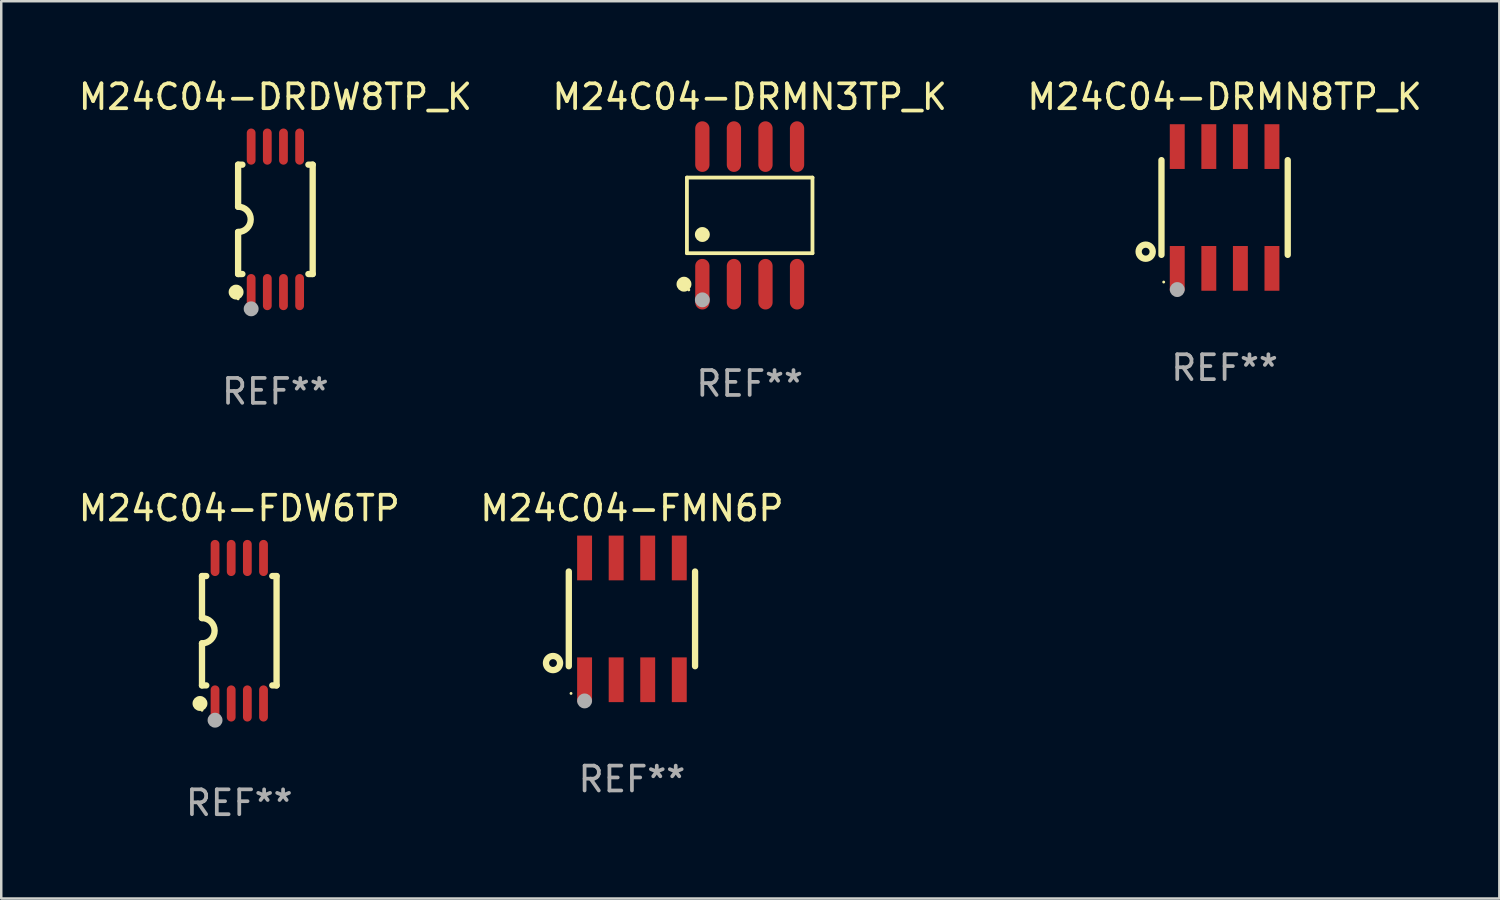
<source format=kicad_pcb>
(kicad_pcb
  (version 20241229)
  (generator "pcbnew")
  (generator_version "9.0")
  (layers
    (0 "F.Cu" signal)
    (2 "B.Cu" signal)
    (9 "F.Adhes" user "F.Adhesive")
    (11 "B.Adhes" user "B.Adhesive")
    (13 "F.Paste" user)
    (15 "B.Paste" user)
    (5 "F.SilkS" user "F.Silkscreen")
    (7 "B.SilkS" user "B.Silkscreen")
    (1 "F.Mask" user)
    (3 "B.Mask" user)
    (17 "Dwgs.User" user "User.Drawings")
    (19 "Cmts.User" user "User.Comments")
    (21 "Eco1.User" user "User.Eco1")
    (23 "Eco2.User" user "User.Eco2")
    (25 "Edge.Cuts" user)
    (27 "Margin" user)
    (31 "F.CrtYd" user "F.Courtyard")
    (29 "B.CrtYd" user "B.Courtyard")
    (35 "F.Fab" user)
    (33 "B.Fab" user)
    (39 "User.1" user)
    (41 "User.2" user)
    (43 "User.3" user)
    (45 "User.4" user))
  (footprint "M24C04-FDW6TP"
    (layer "F.Cu")
    (at 6.577 22.326)
    (property "Reference" "M24C04-FDW6TP" (at 0 -4.927 0) (layer "F.SilkS") (effects (font (size 1 1) (thickness 0.15))))
    (attr through_hole)
    (fp_line (start -1.5 -2.2) (end -1.5 -0.508) (stroke (width 0.254) (type solid)) (layer "F.SilkS"))
    (fp_line (start -1.5 -2.2) (end -1.328 -2.2) (stroke (width 0.254) (type solid)) (layer "F.SilkS"))
    (fp_line (start -1.5 2.2) (end -1.5 0.508) (stroke (width 0.254) (type solid)) (layer "F.SilkS"))
    (fp_line (start -1.5 2.2) (end -1.328 2.2) (stroke (width 0.254) (type solid)) (layer "F.SilkS"))
    (fp_line (start 1.328 -2.2) (end 1.5 -2.2) (stroke (width 0.254) (type solid)) (layer "F.SilkS"))
    (fp_line (start 1.328 2.2) (end 1.5 2.2) (stroke (width 0.254) (type solid)) (layer "F.SilkS"))
    (fp_line (start 1.5 -2.2) (end 1.5 2.2) (stroke (width 0.254) (type solid)) (layer "F.SilkS"))
    (fp_arc (start -1.501144 -0.508) (mid -0.993143 -0.000571) (end -1.5 0.508001) (stroke (width 0.254001) (type solid)) (layer "F.SilkS"))
    (fp_circle (center -1.581 2.927) (end -1.431 2.927) (stroke (width 0.3) (type solid)) (fill no) (layer "F.SilkS"))
    (fp_circle (center -1.5 3.2) (end -1.47 3.2) (stroke (width 0.06) (type solid)) (fill no) (layer "F.SilkS"))
    (fp_circle (center -0.975 3.6) (end -0.825 3.6) (stroke (width 0.3) (type solid)) (fill no) (layer "F.Fab"))
    (fp_text user "REF**" (at 0 6.927 0) (layer "F.Fab") (effects (font (size 1 1) (thickness 0.15))))
    (pad "1" smd oval (at -0.975 2.927) (size 0.353 1.454) (layers "F.Cu" "F.Mask" "F.Paste"))
    (pad "2" smd oval (at -0.325 2.927) (size 0.353 1.454) (layers "F.Cu" "F.Mask" "F.Paste"))
    (pad "3" smd oval (at 0.325 2.927) (size 0.353 1.454) (layers "F.Cu" "F.Mask" "F.Paste"))
    (pad "4" smd oval (at 0.975 2.927) (size 0.353 1.454) (layers "F.Cu" "F.Mask" "F.Paste"))
    (pad "5" smd oval (at 0.975 -2.927) (size 0.353 1.454) (layers "F.Cu" "F.Mask" "F.Paste"))
    (pad "6" smd oval (at 0.325 -2.927) (size 0.353 1.454) (layers "F.Cu" "F.Mask" "F.Paste"))
    (pad "7" smd oval (at -0.325 -2.927) (size 0.353 1.454) (layers "F.Cu" "F.Mask" "F.Paste"))
    (pad "8" smd oval (at -0.975 -2.927) (size 0.353 1.454) (layers "F.Cu" "F.Mask" "F.Paste")))
  (footprint "M24C04-DRMN3TP_K"
    (layer "F.Cu")
    (at 27.113 5.616)
    (property "Reference" "M24C04-DRMN3TP_K" (at 0 -4.768 0) (layer "F.SilkS") (effects (font (size 1 1) (thickness 0.15))))
    (attr through_hole)
    (fp_line (start -2.526 -1.521) (end 2.526 -1.521) (stroke (width 0.152) (type solid)) (layer "F.SilkS"))
    (fp_line (start -2.526 1.521) (end -2.526 -1.521) (stroke (width 0.152) (type solid)) (layer "F.SilkS"))
    (fp_line (start 2.526 -1.521) (end 2.526 1.521) (stroke (width 0.152) (type solid)) (layer "F.SilkS"))
    (fp_line (start 2.526 1.521) (end -2.526 1.521) (stroke (width 0.152) (type solid)) (layer "F.SilkS"))
    (fp_circle (center -2.644 2.768) (end -2.494 2.768) (stroke (width 0.3) (type solid)) (fill no) (layer "F.SilkS"))
    (fp_circle (center -2.45 2.998) (end -2.42 2.998) (stroke (width 0.06) (type solid)) (fill no) (layer "F.SilkS"))
    (fp_circle (center -1.905 0.769) (end -1.755 0.769) (stroke (width 0.3) (type solid)) (fill no) (layer "F.SilkS"))
    (fp_circle (center -1.905 3.398) (end -1.755 3.398) (stroke (width 0.3) (type solid)) (fill no) (layer "F.Fab"))
    (fp_text user "REF**" (at 0 6.768 0) (layer "F.Fab") (effects (font (size 1 1) (thickness 0.15))))
    (pad "1" smd oval (at -1.905 2.768) (size 0.574 2.036) (layers "F.Cu" "F.Mask" "F.Paste"))
    (pad "2" smd oval (at -0.635 2.768) (size 0.574 2.036) (layers "F.Cu" "F.Mask" "F.Paste"))
    (pad "3" smd oval (at 0.635 2.768) (size 0.574 2.036) (layers "F.Cu" "F.Mask" "F.Paste"))
    (pad "4" smd oval (at 1.905 2.768) (size 0.574 2.036) (layers "F.Cu" "F.Mask" "F.Paste"))
    (pad "5" smd oval (at 1.905 -2.768) (size 0.574 2.036) (layers "F.Cu" "F.Mask" "F.Paste"))
    (pad "6" smd oval (at 0.635 -2.768) (size 0.574 2.036) (layers "F.Cu" "F.Mask" "F.Paste"))
    (pad "7" smd oval (at -0.635 -2.768) (size 0.574 2.036) (layers "F.Cu" "F.Mask" "F.Paste"))
    (pad "8" smd oval (at -1.905 -2.768) (size 0.574 2.036) (layers "F.Cu" "F.Mask" "F.Paste")))
  (footprint "M24C04-DRDW8TP_K"
    (layer "F.Cu")
    (at 8.03 5.775)
    (property "Reference" "M24C04-DRDW8TP_K" (at 0 -4.927 0) (layer "F.SilkS") (effects (font (size 1 1) (thickness 0.15))))
    (attr through_hole)
    (fp_line (start -1.5 -2.2) (end -1.5 -0.508) (stroke (width 0.254) (type solid)) (layer "F.SilkS"))
    (fp_line (start -1.5 -2.2) (end -1.328 -2.2) (stroke (width 0.254) (type solid)) (layer "F.SilkS"))
    (fp_line (start -1.5 2.2) (end -1.5 0.508) (stroke (width 0.254) (type solid)) (layer "F.SilkS"))
    (fp_line (start -1.5 2.2) (end -1.328 2.2) (stroke (width 0.254) (type solid)) (layer "F.SilkS"))
    (fp_line (start 1.328 -2.2) (end 1.5 -2.2) (stroke (width 0.254) (type solid)) (layer "F.SilkS"))
    (fp_line (start 1.328 2.2) (end 1.5 2.2) (stroke (width 0.254) (type solid)) (layer "F.SilkS"))
    (fp_line (start 1.5 -2.2) (end 1.5 2.2) (stroke (width 0.254) (type solid)) (layer "F.SilkS"))
    (fp_arc (start -1.501144 -0.508) (mid -0.993143 -0.000571) (end -1.5 0.508001) (stroke (width 0.254001) (type solid)) (layer "F.SilkS"))
    (fp_circle (center -1.581 2.927) (end -1.431 2.927) (stroke (width 0.3) (type solid)) (fill no) (layer "F.SilkS"))
    (fp_circle (center -1.5 3.2) (end -1.47 3.2) (stroke (width 0.06) (type solid)) (fill no) (layer "F.SilkS"))
    (fp_circle (center -0.975 3.6) (end -0.825 3.6) (stroke (width 0.3) (type solid)) (fill no) (layer "F.Fab"))
    (fp_text user "REF**" (at 0 6.927 0) (layer "F.Fab") (effects (font (size 1 1) (thickness 0.15))))
    (pad "1" smd oval (at -0.975 2.927) (size 0.353 1.454) (layers "F.Cu" "F.Mask" "F.Paste"))
    (pad "2" smd oval (at -0.325 2.927) (size 0.353 1.454) (layers "F.Cu" "F.Mask" "F.Paste"))
    (pad "3" smd oval (at 0.325 2.927) (size 0.353 1.454) (layers "F.Cu" "F.Mask" "F.Paste"))
    (pad "4" smd oval (at 0.975 2.927) (size 0.353 1.454) (layers "F.Cu" "F.Mask" "F.Paste"))
    (pad "5" smd oval (at 0.975 -2.927) (size 0.353 1.454) (layers "F.Cu" "F.Mask" "F.Paste"))
    (pad "6" smd oval (at 0.325 -2.927) (size 0.353 1.454) (layers "F.Cu" "F.Mask" "F.Paste"))
    (pad "7" smd oval (at -0.325 -2.927) (size 0.353 1.454) (layers "F.Cu" "F.Mask" "F.Paste"))
    (pad "8" smd oval (at -0.975 -2.927) (size 0.353 1.454) (layers "F.Cu" "F.Mask" "F.Paste")))
  (footprint "M24C04-FMN6P"
    (layer "F.Cu")
    (at 22.375 21.849)
    (property "Reference" "M24C04-FMN6P" (at 0 -4.45 0) (layer "F.SilkS") (effects (font (size 1 1) (thickness 0.15))))
    (attr through_hole)
    (fp_line (start -2.54 -1.905) (end -2.54 1.905) (stroke (width 0.254) (type solid)) (layer "F.SilkS"))
    (fp_line (start 2.54 -1.905) (end 2.54 1.905) (stroke (width 0.254) (type solid)) (layer "F.SilkS"))
    (fp_circle (center -3.175 1.778) (end -2.891 1.778) (stroke (width 0.254) (type solid)) (fill no) (layer "F.SilkS"))
    (fp_circle (center -2.45 3) (end -2.42 3) (stroke (width 0.06) (type solid)) (fill no) (layer "F.SilkS"))
    (fp_circle (center -1.905 3.302) (end -1.755 3.302) (stroke (width 0.3) (type solid)) (fill no) (layer "F.Fab"))
    (fp_text user "REF**" (at 0 6.45 0) (layer "F.Fab") (effects (font (size 1 1) (thickness 0.15))))
    (pad "1" smd rect (at -1.905 2.45) (size 0.6 1.8) (layers "F.Cu" "F.Mask" "F.Paste"))
    (pad "2" smd rect (at -0.635 2.45) (size 0.6 1.8) (layers "F.Cu" "F.Mask" "F.Paste"))
    (pad "3" smd rect (at 0.635 2.45) (size 0.6 1.8) (layers "F.Cu" "F.Mask" "F.Paste"))
    (pad "4" smd rect (at 1.905 2.45) (size 0.6 1.8) (layers "F.Cu" "F.Mask" "F.Paste"))
    (pad "5" smd rect (at 1.905 -2.45 180) (size 0.6 1.8) (layers "F.Cu" "F.Mask" "F.Paste"))
    (pad "6" smd rect (at 0.635 -2.45 180) (size 0.6 1.8) (layers "F.Cu" "F.Mask" "F.Paste"))
    (pad "7" smd rect (at -0.635 -2.45 180) (size 0.6 1.8) (layers "F.Cu" "F.Mask" "F.Paste"))
    (pad "8" smd rect (at -1.905 -2.45 180) (size 0.6 1.8) (layers "F.Cu" "F.Mask" "F.Paste")))
  (footprint "M24C04-DRMN8TP_K"
    (layer "F.Cu")
    (at 46.22 5.298)
    (property "Reference" "M24C04-DRMN8TP_K" (at 0 -4.45 0) (layer "F.SilkS") (effects (font (size 1 1) (thickness 0.15))))
    (attr through_hole)
    (fp_line (start -2.54 -1.905) (end -2.54 1.905) (stroke (width 0.254) (type solid)) (layer "F.SilkS"))
    (fp_line (start 2.54 -1.905) (end 2.54 1.905) (stroke (width 0.254) (type solid)) (layer "F.SilkS"))
    (fp_circle (center -3.175 1.778) (end -2.891 1.778) (stroke (width 0.254) (type solid)) (fill no) (layer "F.SilkS"))
    (fp_circle (center -2.45 3) (end -2.42 3) (stroke (width 0.06) (type solid)) (fill no) (layer "F.SilkS"))
    (fp_circle (center -1.905 3.302) (end -1.755 3.302) (stroke (width 0.3) (type solid)) (fill no) (layer "F.Fab"))
    (fp_text user "REF**" (at 0 6.45 0) (layer "F.Fab") (effects (font (size 1 1) (thickness 0.15))))
    (pad "1" smd rect (at -1.905 2.45) (size 0.6 1.8) (layers "F.Cu" "F.Mask" "F.Paste"))
    (pad "2" smd rect (at -0.635 2.45) (size 0.6 1.8) (layers "F.Cu" "F.Mask" "F.Paste"))
    (pad "3" smd rect (at 0.635 2.45) (size 0.6 1.8) (layers "F.Cu" "F.Mask" "F.Paste"))
    (pad "4" smd rect (at 1.905 2.45) (size 0.6 1.8) (layers "F.Cu" "F.Mask" "F.Paste"))
    (pad "5" smd rect (at 1.905 -2.45 180) (size 0.6 1.8) (layers "F.Cu" "F.Mask" "F.Paste"))
    (pad "6" smd rect (at 0.635 -2.45 180) (size 0.6 1.8) (layers "F.Cu" "F.Mask" "F.Paste"))
    (pad "7" smd rect (at -0.635 -2.45 180) (size 0.6 1.8) (layers "F.Cu" "F.Mask" "F.Paste"))
    (pad "8" smd rect (at -1.905 -2.45 180) (size 0.6 1.8) (layers "F.Cu" "F.Mask" "F.Paste")))
  (gr_rect
    (start -3 -3)
    (end 57.274 33.101)
    (stroke (width 0.1) (type default))
    (fill no)
    (layer "Edge.Cuts")))
</source>
